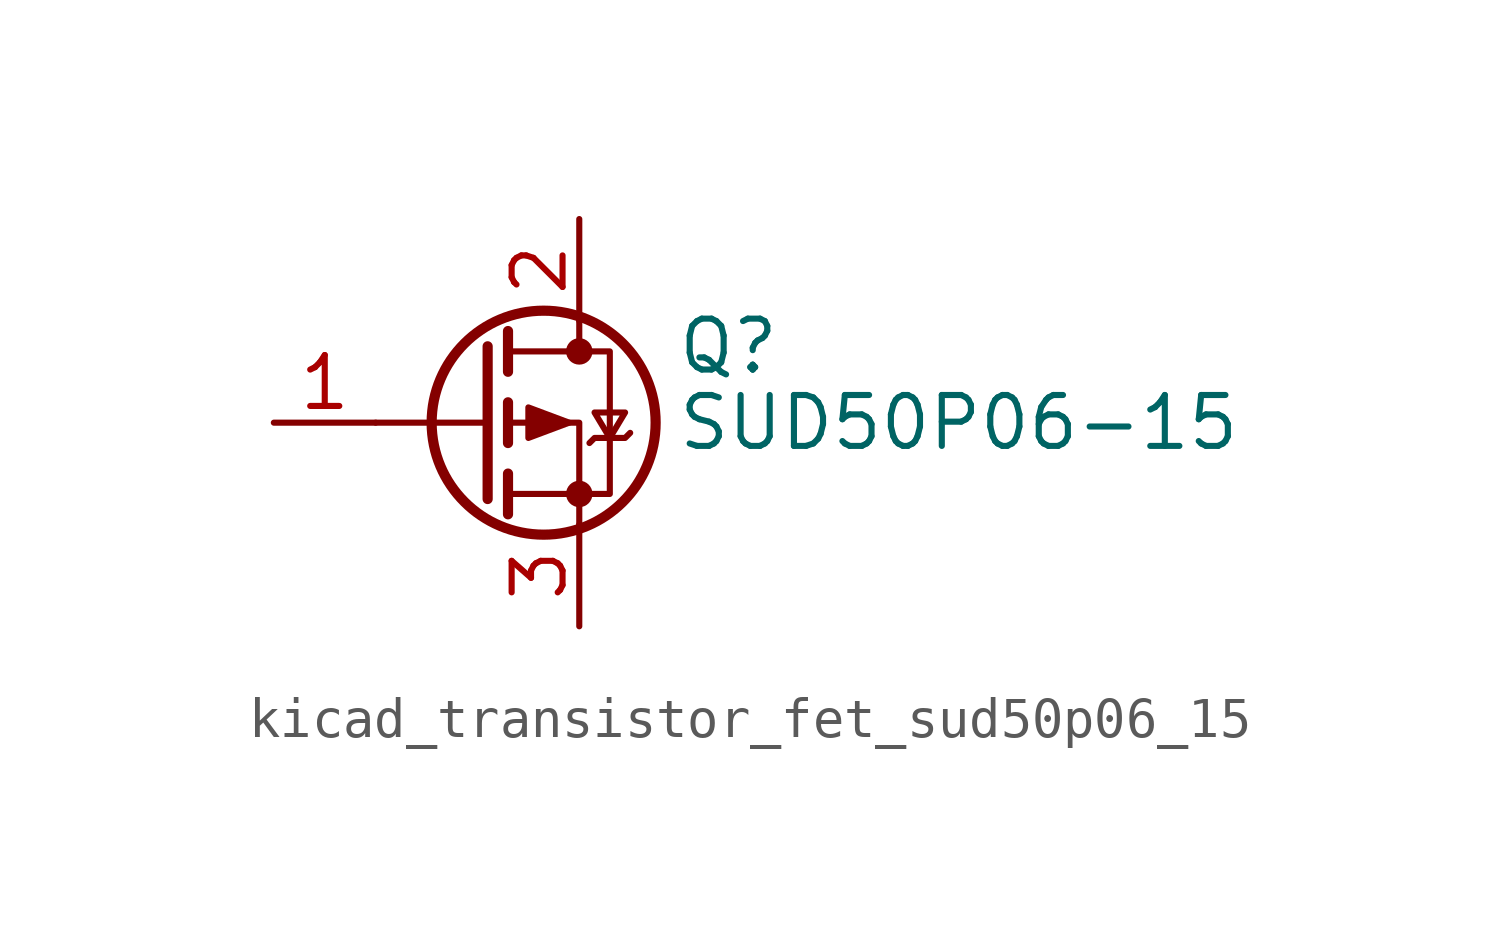
<source format=kicad_sym>
(kicad_symbol_lib
  (version 20220914)
  (generator kicad_symbol_editor)
  (symbol "kicad_transistor_fet_sud50p06_15"
    (pin_names hide)
    (property "Reference" "Q"
      (at 4.953 1.905 0)
      (effects (font (size 1.27 1.27)) (justify left)))
    (property "Value" "SUD50P06-15"
      (at 4.953 0 0)
      (effects (font (size 1.27 1.27)) (justify left)))
    (symbol "kicad_transistor_fet_sud50p06_15_0_1"
      (polyline (pts (xy 0.254 0) (xy -2.54 0)) (stroke (width 0) (type default)) (fill (type none)))
      (polyline (pts (xy 0.254 1.905) (xy 0.254 -1.905)) (stroke (width 0.254) (type default)) (fill (type none)))
      (polyline (pts (xy 0.762 -1.27) (xy 0.762 -2.286)) (stroke (width 0.254) (type default)) (fill (type none)))
      (polyline (pts (xy 0.762 0.508) (xy 0.762 -0.508)) (stroke (width 0.254) (type default)) (fill (type none)))
      (polyline (pts (xy 0.762 2.286) (xy 0.762 1.27)) (stroke (width 0.254) (type default)) (fill (type none)))
      (polyline (pts (xy 2.54 2.54) (xy 2.54 1.778)) (stroke (width 0) (type default)) (fill (type none)))
      (polyline (pts (xy 2.54 -2.54) (xy 2.54 0) (xy 0.762 0)) (stroke (width 0) (type default)) (fill (type none)))
      (polyline (pts (xy 0.762 1.778) (xy 3.302 1.778) (xy 3.302 -1.778) (xy 0.762 -1.778)) (stroke (width 0) (type default)) (fill (type none)))
      (polyline (pts (xy 2.286 0) (xy 1.27 0.381) (xy 1.27 -0.381) (xy 2.286 0)) (stroke (width 0) (type default)) (fill (type outline)))
      (polyline (pts (xy 2.794 -0.508) (xy 2.921 -0.381) (xy 3.683 -0.381) (xy 3.81 -0.254)) (stroke (width 0) (type default)) (fill (type none)))
      (polyline (pts (xy 3.302 -0.381) (xy 2.921 0.254) (xy 3.683 0.254) (xy 3.302 -0.381)) (stroke (width 0) (type default)) (fill (type none)))
      (circle (center 1.651 0) (radius 2.794) (stroke (width 0.254) (type default)) (fill (type none)))
      (circle (center 2.54 -1.778) (radius 0.254) (stroke (width 0) (type default)) (fill (type outline)))
      (circle (center 2.54 1.778) (radius 0.254) (stroke (width 0) (type default)) (fill (type outline))))
    (symbol "kicad_transistor_fet_sud50p06_15_1_1"
      (pin input line (at -5.08 0 0) (length 2.54) (name "G" (effects (font (size 1.27 1.27)))) (number "1" (effects (font (size 1.27 1.27)))))
      (pin passive line (at 2.54 5.08 270) (length 2.54) (name "D" (effects (font (size 1.27 1.27)))) (number "2" (effects (font (size 1.27 1.27)))))
      (pin passive line (at 2.54 -5.08 90) (length 2.54) (name "S" (effects (font (size 1.27 1.27)))) (number "3" (effects (font (size 1.27 1.27))))))))
</source>
